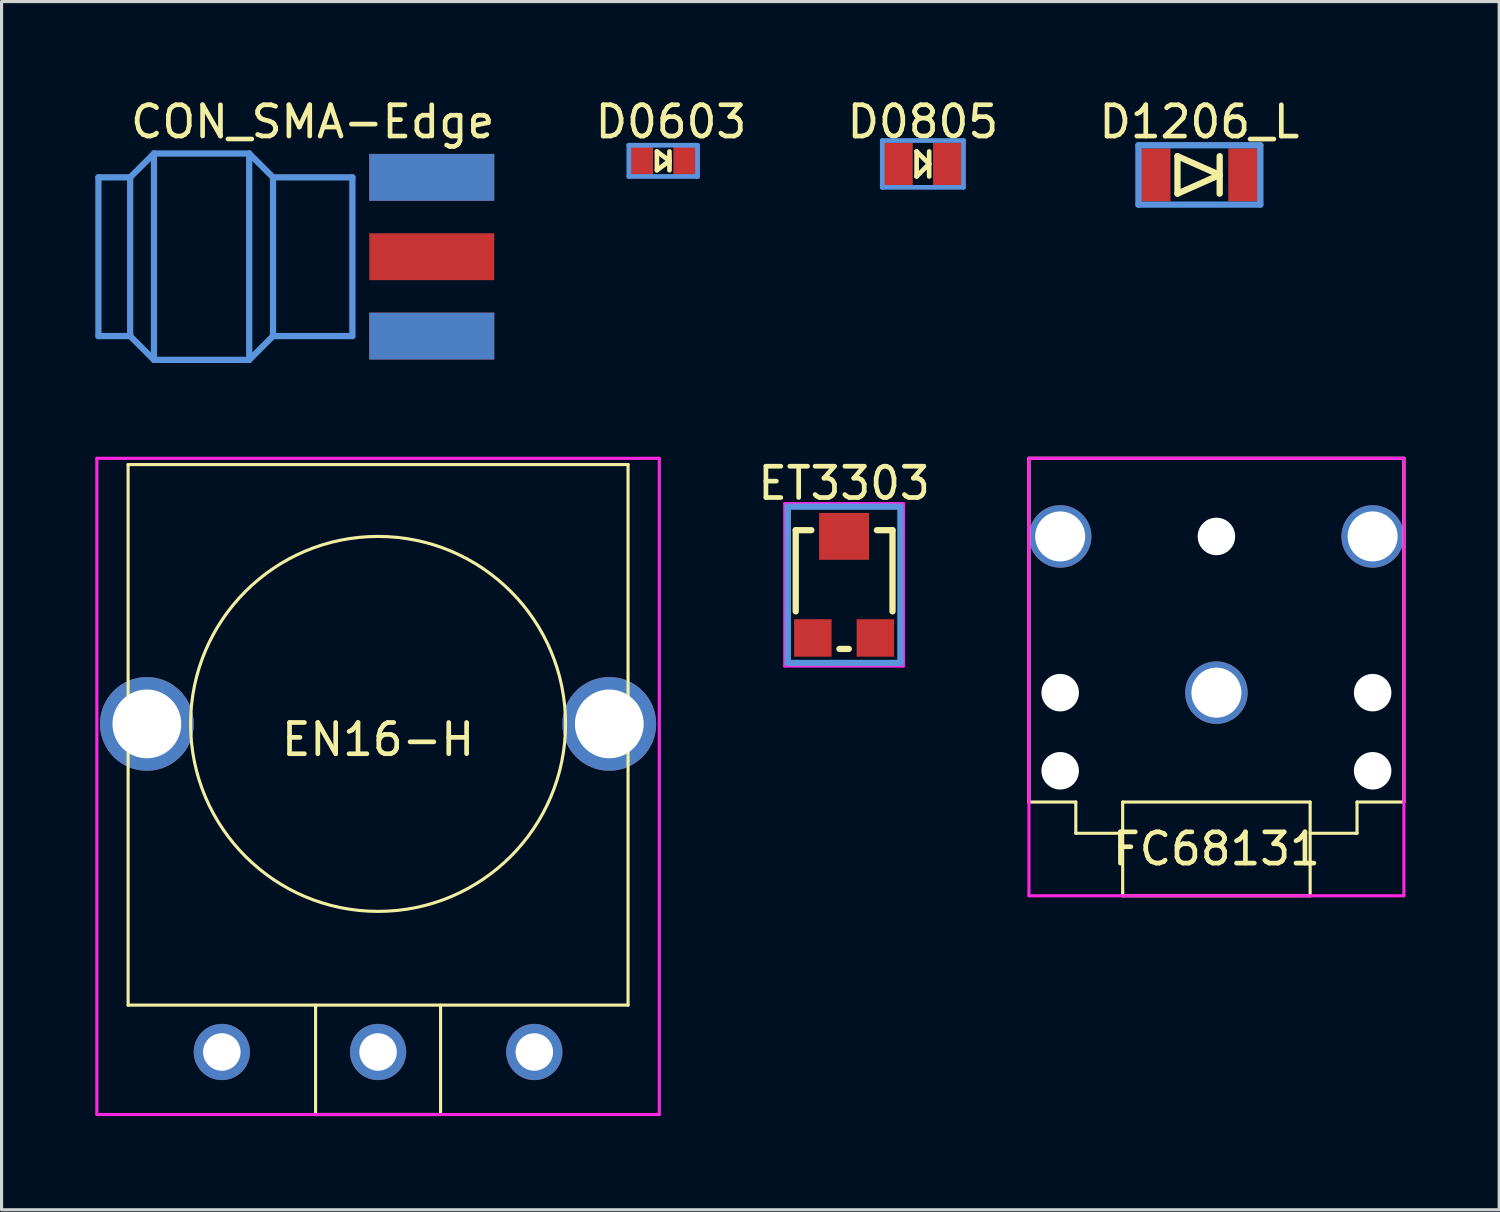
<source format=kicad_pcb>
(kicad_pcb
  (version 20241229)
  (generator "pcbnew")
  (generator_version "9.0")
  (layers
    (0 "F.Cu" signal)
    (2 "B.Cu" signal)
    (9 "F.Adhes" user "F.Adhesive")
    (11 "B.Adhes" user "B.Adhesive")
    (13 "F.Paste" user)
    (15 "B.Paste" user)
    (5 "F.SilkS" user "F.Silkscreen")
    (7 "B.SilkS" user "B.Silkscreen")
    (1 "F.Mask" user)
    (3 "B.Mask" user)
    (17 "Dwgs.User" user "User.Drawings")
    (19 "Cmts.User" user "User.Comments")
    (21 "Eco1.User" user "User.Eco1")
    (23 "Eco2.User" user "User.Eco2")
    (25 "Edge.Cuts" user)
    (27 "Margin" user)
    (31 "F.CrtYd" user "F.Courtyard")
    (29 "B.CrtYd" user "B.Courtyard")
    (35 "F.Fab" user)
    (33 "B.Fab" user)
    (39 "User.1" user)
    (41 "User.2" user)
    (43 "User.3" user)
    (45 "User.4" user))
  (footprint "EN16-H"
    (layer "F.Cu")
    (at 9.05 20.118)
    (property "Reference" "EN16-H" (at 0 0.5 0) (layer "F.SilkS") (effects (font (size 1 1) (thickness 0.15))))
    (attr through_hole)
    (fp_line (start -8 -8.3) (end 8 -8.3) (stroke (width 0.1) (type solid)) (layer "F.SilkS"))
    (fp_line (start -8 9) (end -8 -8.3) (stroke (width 0.1) (type solid)) (layer "F.SilkS"))
    (fp_line (start -2 9) (end -2 12.5) (stroke (width 0.1) (type solid)) (layer "F.SilkS"))
    (fp_line (start -2 12.5) (end 2 12.5) (stroke (width 0.1) (type solid)) (layer "F.SilkS"))
    (fp_line (start 2 12.5) (end 2 9) (stroke (width 0.1) (type solid)) (layer "F.SilkS"))
    (fp_line (start 8 -8.3) (end 8 9) (stroke (width 0.1) (type solid)) (layer "F.SilkS"))
    (fp_line (start 8 9) (end -8 9) (stroke (width 0.1) (type solid)) (layer "F.SilkS"))
    (fp_circle (center 0 0) (end 6 0) (stroke (width 0.1) (type solid)) (fill no) (layer "F.SilkS"))
    (fp_line (start -9 -8.5) (end 9 -8.5) (stroke (width 0.1) (type solid)) (layer "F.CrtYd"))
    (fp_line (start -9 12.5) (end -9 -8.5) (stroke (width 0.1) (type solid)) (layer "F.CrtYd"))
    (fp_line (start 9 -8.5) (end 9 12.5) (stroke (width 0.1) (type solid)) (layer "F.CrtYd"))
    (fp_line (start 9 12.5) (end -9 12.5) (stroke (width 0.1) (type solid)) (layer "F.CrtYd"))
    (pad "" thru_hole circle (at -7.4 0) (size 3 3) (drill 2.2) (layers "*.Cu" "*.Mask"))
    (pad "" thru_hole circle (at 7.4 0) (size 3 3) (drill 2.2) (layers "*.Cu" "*.Mask"))
    (pad "1" thru_hole circle (at -5 10.5) (size 1.8 1.8) (drill 1.2) (layers "*.Cu" "*.Mask"))
    (pad "2" thru_hole circle (at 0 10.5) (size 1.8 1.8) (drill 1.2) (layers "*.Cu" "*.Mask"))
    (pad "3" thru_hole circle (at 5 10.5) (size 1.8 1.8) (drill 1.2) (layers "*.Cu" "*.Mask")))
  (footprint "FC68131"
    (layer "F.Cu")
    (at 35.88 23.618)
    (property "Reference" "FC68131" (at 0 0.5 0) (layer "F.SilkS") (effects (font (size 1 1) (thickness 0.15))))
    (attr through_hole)
    (fp_line (start -6 -12) (end -6 -1) (stroke (width 0.1) (type solid)) (layer "F.SilkS"))
    (fp_line (start -4.5 -1) (end -6 -1) (stroke (width 0.1) (type solid)) (layer "F.SilkS"))
    (fp_line (start -4.5 0) (end -4.5 -1) (stroke (width 0.1) (type solid)) (layer "F.SilkS"))
    (fp_line (start -3 -1) (end -3 2) (stroke (width 0.1) (type solid)) (layer "F.SilkS"))
    (fp_line (start -3 -1) (end 3 -1) (stroke (width 0.1) (type solid)) (layer "F.SilkS"))
    (fp_line (start -3 0) (end -4.5 0) (stroke (width 0.1) (type solid)) (layer "F.SilkS"))
    (fp_line (start -3 2) (end 3 2) (stroke (width 0.1) (type solid)) (layer "F.SilkS"))
    (fp_line (start 3 2) (end 3 -1) (stroke (width 0.1) (type solid)) (layer "F.SilkS"))
    (fp_line (start 4.5 -1) (end 4.5 0) (stroke (width 0.1) (type solid)) (layer "F.SilkS"))
    (fp_line (start 4.5 0) (end 3 0) (stroke (width 0.1) (type solid)) (layer "F.SilkS"))
    (fp_line (start 6 -12) (end -6 -12) (stroke (width 0.1) (type solid)) (layer "F.SilkS"))
    (fp_line (start 6 -1) (end 4.5 -1) (stroke (width 0.1) (type solid)) (layer "F.SilkS"))
    (fp_line (start 6 -1) (end 6 -12) (stroke (width 0.1) (type solid)) (layer "F.SilkS"))
    (fp_line (start -6 -12) (end -6 2) (stroke (width 0.1) (type solid)) (layer "F.CrtYd"))
    (fp_line (start -6 2) (end 6 2) (stroke (width 0.1) (type solid)) (layer "F.CrtYd"))
    (fp_line (start 6 -12) (end -6 -12) (stroke (width 0.1) (type solid)) (layer "F.CrtYd"))
    (fp_line (start 6 2) (end 6 -12) (stroke (width 0.1) (type solid)) (layer "F.CrtYd"))
    (pad "" np_thru_hole circle (at -5 -4.5) (size 1.2 1.2) (drill 1.2) (layers "*.Cu" "*.Mask"))
    (pad "" np_thru_hole circle (at -5 -2) (size 1.2 1.2) (drill 1.2) (layers "*.Cu" "*.Mask"))
    (pad "" np_thru_hole circle (at 0 -9.5) (size 1.2 1.2) (drill 1.2) (layers "*.Cu" "*.Mask"))
    (pad "" np_thru_hole circle (at 5 -4.5) (size 1.2 1.2) (drill 1.2) (layers "*.Cu" "*.Mask"))
    (pad "" np_thru_hole circle (at 5 -2) (size 1.2 1.2) (drill 1.2) (layers "*.Cu" "*.Mask"))
    (pad "1" thru_hole circle (at 0 -4.5) (size 2 2) (drill 1.6) (layers "*.Cu" "*.Mask"))
    (pad "2" thru_hole circle (at 5 -9.5) (size 2 2) (drill 1.6) (layers "*.Cu" "*.Mask"))
    (pad "5" thru_hole circle (at -5 -9.5) (size 2 2) (drill 1.6) (layers "*.Cu" "*.Mask")))
  (footprint "D0603"
    (layer "F.Cu")
    (at 18.175 2.098)
    (property "Reference" "D0603" (at 0.249 -1.25 0) (layer "F.SilkS") (effects (font (size 1.001 1.001) (thickness 0.15))))
    (attr through_hole)
    (fp_line (start -0.201 -0.3) (end -0.201 0.3) (stroke (width 0.15) (type solid)) (layer "F.SilkS"))
    (fp_line (start -0.201 0.3) (end 0.201 0) (stroke (width 0.15) (type solid)) (layer "F.SilkS"))
    (fp_line (start 0.201 -0.3) (end 0.201 0.3) (stroke (width 0.15) (type solid)) (layer "F.SilkS"))
    (fp_line (start 0.201 0) (end -0.201 -0.3) (stroke (width 0.15) (type solid)) (layer "F.SilkS"))
    (fp_line (start -1.1 -0.5) (end -1.1 0.5) (stroke (width 0.15) (type solid)) (layer "Cmts.User"))
    (fp_line (start -1.1 0.5) (end 1.1 0.5) (stroke (width 0.15) (type solid)) (layer "Cmts.User"))
    (fp_line (start 1.1 -0.5) (end -1.1 -0.5) (stroke (width 0.15) (type solid)) (layer "Cmts.User"))
    (fp_line (start 1.1 0.5) (end 1.1 -0.5) (stroke (width 0.15) (type solid)) (layer "Cmts.User"))
    (pad "1" smd rect (at -0.701 0) (size 0.749 0.899) (layers "F.Cu" "F.Mask" "F.Paste"))
    (pad "2" smd rect (at 0.701 0) (size 0.749 0.899) (layers "F.Cu" "F.Mask" "F.Paste")))
  (footprint "D1206_L"
    (layer "F.Cu")
    (at 35.335 2.548)
    (property "Reference" "D1206_L" (at 0 -1.699 0) (layer "F.SilkS") (effects (font (size 1.001 1.001) (thickness 0.15))))
    (attr through_hole)
    (fp_line (start -0.701 -0.599) (end -0.701 0.599) (stroke (width 0.201) (type solid)) (layer "F.SilkS"))
    (fp_line (start -0.701 0.599) (end 0.65 0) (stroke (width 0.201) (type solid)) (layer "F.SilkS"))
    (fp_line (start 0.65 -0.599) (end 0.65 0.599) (stroke (width 0.201) (type solid)) (layer "F.SilkS"))
    (fp_line (start 0.65 0) (end -0.701 -0.599) (stroke (width 0.201) (type solid)) (layer "F.SilkS"))
    (fp_line (start -1.951 -0.95) (end 1.951 -0.95) (stroke (width 0.201) (type solid)) (layer "Cmts.User"))
    (fp_line (start -1.951 0.95) (end -1.951 -0.95) (stroke (width 0.201) (type solid)) (layer "Cmts.User"))
    (fp_line (start 1.951 -0.95) (end 1.951 0.95) (stroke (width 0.201) (type solid)) (layer "Cmts.User"))
    (fp_line (start 1.951 0.95) (end -1.951 0.95) (stroke (width 0.201) (type solid)) (layer "Cmts.User"))
    (pad "1" smd rect (at -1.4 0) (size 0.95 1.699) (layers "F.Cu" "F.Mask" "F.Paste"))
    (pad "2" smd rect (at 1.4 0) (size 0.95 1.699) (layers "F.Cu" "F.Mask" "F.Paste")))
  (footprint "D0805"
    (layer "F.Cu")
    (at 26.486 2.197)
    (property "Reference" "D0805" (at 0 -1.349 0) (layer "F.SilkS") (effects (font (size 1.001 1.001) (thickness 0.15))))
    (attr through_hole)
    (fp_line (start -0.201 -0.399) (end -0.201 0.399) (stroke (width 0.15) (type solid)) (layer "F.SilkS"))
    (fp_line (start -0.201 0.399) (end 0.201 0) (stroke (width 0.15) (type solid)) (layer "F.SilkS"))
    (fp_line (start 0.201 -0.399) (end 0.201 0.399) (stroke (width 0.15) (type solid)) (layer "F.SilkS"))
    (fp_line (start 0.201 0) (end -0.201 -0.399) (stroke (width 0.15) (type solid)) (layer "F.SilkS"))
    (fp_line (start -1.3 -0.749) (end 1.3 -0.749) (stroke (width 0.15) (type solid)) (layer "Cmts.User"))
    (fp_line (start -1.3 0.749) (end -1.3 -0.749) (stroke (width 0.15) (type solid)) (layer "Cmts.User"))
    (fp_line (start 1.3 -0.749) (end 1.3 0.749) (stroke (width 0.15) (type solid)) (layer "Cmts.User"))
    (fp_line (start 1.3 0.749) (end -1.3 0.749) (stroke (width 0.15) (type solid)) (layer "Cmts.User"))
    (pad "1" smd rect (at -0.8 0) (size 0.95 1.349) (layers "F.Cu" "F.Mask" "F.Paste"))
    (pad "2" smd rect (at 0.8 0) (size 0.95 1.349) (layers "F.Cu" "F.Mask" "F.Paste")))
  (footprint "ET3303"
    (layer "F.Cu")
    (at 23.965 15.767)
    (property "Reference" "ET3303" (at 0 -3.35 0) (layer "F.SilkS") (effects (font (size 1.001 1.001) (thickness 0.15))))
    (attr through_hole)
    (fp_line (start -1.549 -1.849) (end -1.549 0.749) (stroke (width 0.201) (type solid)) (layer "F.SilkS"))
    (fp_line (start -1.049 -1.849) (end -1.549 -1.849) (stroke (width 0.201) (type solid)) (layer "F.SilkS"))
    (fp_line (start -0.15 1.951) (end 0.15 1.951) (stroke (width 0.201) (type solid)) (layer "F.SilkS"))
    (fp_line (start 1.549 -1.849) (end 1.049 -1.849) (stroke (width 0.201) (type solid)) (layer "F.SilkS"))
    (fp_line (start 1.549 0.749) (end 1.549 -1.849) (stroke (width 0.201) (type solid)) (layer "F.SilkS"))
    (fp_line (start -1.801 -2.601) (end -1.801 2.4) (stroke (width 0.201) (type solid)) (layer "Cmts.User"))
    (fp_line (start -1.801 2.4) (end 1.801 2.4) (stroke (width 0.201) (type solid)) (layer "Cmts.User"))
    (fp_line (start 1.801 -2.601) (end -1.801 -2.601) (stroke (width 0.201) (type solid)) (layer "Cmts.User"))
    (fp_line (start 1.801 2.4) (end 1.801 -2.601) (stroke (width 0.201) (type solid)) (layer "Cmts.User"))
    (fp_line (start -1.9 -2.7) (end -1.9 2.499) (stroke (width 0.099) (type solid)) (layer "F.CrtYd"))
    (fp_line (start -1.9 2.499) (end 1.9 2.499) (stroke (width 0.099) (type solid)) (layer "F.CrtYd"))
    (fp_line (start 1.9 -2.7) (end -1.9 -2.7) (stroke (width 0.099) (type solid)) (layer "F.CrtYd"))
    (fp_line (start 1.9 2.499) (end 1.9 -2.7) (stroke (width 0.099) (type solid)) (layer "F.CrtYd"))
    (pad "1" smd rect (at -1.001 1.6) (size 1.199 1.199) (layers "F.Cu" "F.Mask" "F.Paste"))
    (pad "2" smd rect (at 0 -1.651) (size 1.6 1.501) (layers "F.Cu" "F.Mask" "F.Paste"))
    (pad "3" smd rect (at 1.001 1.6) (size 1.199 1.199) (layers "F.Cu" "F.Mask" "F.Paste")))
  (footprint "CON_SMA-Edge"
    (layer "F.Cu")
    (at 8.228 5.166)
    (property "Reference" "CON_SMA-Edge" (at -1.27 -4.318 0) (layer "F.SilkS") (effects (font (size 1 1) (thickness 0.15))))
    (attr through_hole)
    (fp_line (start -8.128 -2.54) (end -8.128 2.54) (stroke (width 0.2) (type solid)) (layer "Cmts.User"))
    (fp_line (start -8.128 2.54) (end -7.112 2.54) (stroke (width 0.2) (type solid)) (layer "Cmts.User"))
    (fp_line (start -7.112 -2.54) (end -8.128 -2.54) (stroke (width 0.2) (type solid)) (layer "Cmts.User"))
    (fp_line (start -7.112 -2.54) (end -6.35 -3.302) (stroke (width 0.2) (type solid)) (layer "Cmts.User"))
    (fp_line (start -7.112 2.54) (end -7.112 -2.54) (stroke (width 0.2) (type solid)) (layer "Cmts.User"))
    (fp_line (start -6.35 -3.302) (end -6.35 3.302) (stroke (width 0.2) (type solid)) (layer "Cmts.User"))
    (fp_line (start -6.35 -3.302) (end -3.302 -3.302) (stroke (width 0.2) (type solid)) (layer "Cmts.User"))
    (fp_line (start -6.35 3.302) (end -7.112 2.54) (stroke (width 0.2) (type solid)) (layer "Cmts.User"))
    (fp_line (start -3.302 -3.302) (end -3.302 3.302) (stroke (width 0.2) (type solid)) (layer "Cmts.User"))
    (fp_line (start -3.302 -3.302) (end -2.54 -2.54) (stroke (width 0.2) (type solid)) (layer "Cmts.User"))
    (fp_line (start -3.302 3.302) (end -6.35 3.302) (stroke (width 0.2) (type solid)) (layer "Cmts.User"))
    (fp_line (start -2.54 -2.54) (end -2.54 2.54) (stroke (width 0.2) (type solid)) (layer "Cmts.User"))
    (fp_line (start -2.54 -2.54) (end 0 -2.54) (stroke (width 0.2) (type solid)) (layer "Cmts.User"))
    (fp_line (start -2.54 2.54) (end -3.302 3.302) (stroke (width 0.2) (type solid)) (layer "Cmts.User"))
    (fp_line (start -2.54 2.54) (end 0 2.54) (stroke (width 0.2) (type solid)) (layer "Cmts.User"))
    (fp_line (start 0 2.54) (end 0 -2.54) (stroke (width 0.2) (type solid)) (layer "Cmts.User"))
    (pad "1" smd rect (at 2.54 -2.54) (size 4 1.5) (layers "F.Cu" "F.Mask" "F.Paste"))
    (pad "1" smd rect (at 2.54 -2.54) (size 4 1.5) (layers "B.Cu" "B.Mask" "B.Paste"))
    (pad "1" smd rect (at 2.54 2.54) (size 4 1.5) (layers "F.Cu" "F.Mask" "F.Paste"))
    (pad "1" smd rect (at 2.54 2.54) (size 4 1.5) (layers "B.Cu" "B.Mask" "B.Paste"))
    (pad "2" smd rect (at 2.54 0) (size 4 1.5) (layers "F.Cu" "F.Mask" "F.Paste")))
  (gr_rect
    (start -3 -3)
    (end 44.93 35.668)
    (stroke (width 0.1) (type default))
    (fill no)
    (layer "Edge.Cuts")))
</source>
